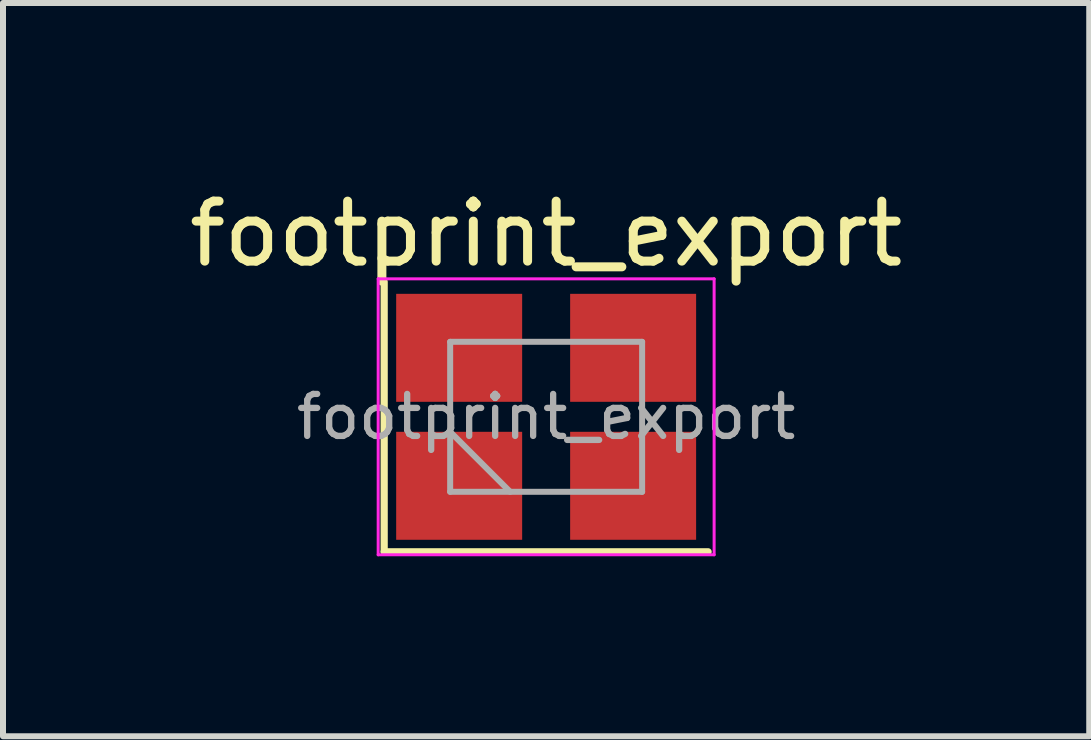
<source format=kicad_pcb>
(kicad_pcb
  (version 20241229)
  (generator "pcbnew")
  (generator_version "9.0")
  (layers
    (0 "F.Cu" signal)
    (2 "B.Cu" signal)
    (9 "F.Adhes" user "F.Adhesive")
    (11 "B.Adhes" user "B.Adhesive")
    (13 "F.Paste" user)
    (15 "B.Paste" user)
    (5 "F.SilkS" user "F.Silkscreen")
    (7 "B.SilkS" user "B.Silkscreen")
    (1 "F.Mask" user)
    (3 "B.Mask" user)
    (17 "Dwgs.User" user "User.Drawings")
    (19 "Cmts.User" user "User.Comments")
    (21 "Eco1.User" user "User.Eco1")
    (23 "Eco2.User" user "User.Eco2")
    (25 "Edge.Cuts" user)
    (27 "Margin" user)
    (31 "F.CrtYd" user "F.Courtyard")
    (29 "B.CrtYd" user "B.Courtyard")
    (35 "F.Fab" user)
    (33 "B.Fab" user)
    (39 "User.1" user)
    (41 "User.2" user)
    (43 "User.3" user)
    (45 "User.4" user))
  (footprint "footprint_export"
    (layer "F.Cu")
    (at 6.054 3.898)
    (property "Reference" "footprint_export" (at 0 -3.05 0) (layer "F.SilkS") (effects (font (size 1 1) (thickness 0.15))))
    (attr smd)
    (fp_line (start -2.7 -2.25) (end -2.7 2.25) (stroke (width 0.12) (type solid)) (layer "F.SilkS"))
    (fp_line (start -2.7 2.25) (end 2.7 2.25) (stroke (width 0.12) (type solid)) (layer "F.SilkS"))
    (fp_line (start -2.8 -2.3) (end -2.8 2.3) (stroke (width 0.05) (type solid)) (layer "F.CrtYd"))
    (fp_line (start -2.8 2.3) (end 2.8 2.3) (stroke (width 0.05) (type solid)) (layer "F.CrtYd"))
    (fp_line (start 2.8 -2.3) (end -2.8 -2.3) (stroke (width 0.05) (type solid)) (layer "F.CrtYd"))
    (fp_line (start 2.8 2.3) (end 2.8 -2.3) (stroke (width 0.05) (type solid)) (layer "F.CrtYd"))
    (fp_line (start -1.6 -1.25) (end -1.6 1.25) (stroke (width 0.1) (type solid)) (layer "F.Fab"))
    (fp_line (start -1.6 0.25) (end -0.6 1.25) (stroke (width 0.1) (type solid)) (layer "F.Fab"))
    (fp_line (start -1.6 1.25) (end 1.6 1.25) (stroke (width 0.1) (type solid)) (layer "F.Fab"))
    (fp_line (start 1.6 -1.25) (end -1.6 -1.25) (stroke (width 0.1) (type solid)) (layer "F.Fab"))
    (fp_line (start 1.6 1.25) (end 1.6 -1.25) (stroke (width 0.1) (type solid)) (layer "F.Fab"))
    (fp_text user "${REFERENCE}" (at 0 0 0) (layer "F.Fab") (effects (font (size 0.7 0.7) (thickness 0.105))))
    (pad "1" smd rect (at -1.45 1.15) (size 2.1 1.8) (layers "F.Cu" "F.Mask" "F.Paste"))
    (pad "2" smd rect (at 1.45 1.15) (size 2.1 1.8) (layers "F.Cu" "F.Mask" "F.Paste"))
    (pad "3" smd rect (at 1.45 -1.15) (size 2.1 1.8) (layers "F.Cu" "F.Mask" "F.Paste"))
    (pad "4" smd rect (at -1.45 -1.15) (size 2.1 1.8) (layers "F.Cu" "F.Mask" "F.Paste")))
  (gr_rect
    (start -3 -3)
    (end 15.107 9.223)
    (stroke (width 0.1) (type default))
    (fill no)
    (layer "Edge.Cuts")))
</source>
